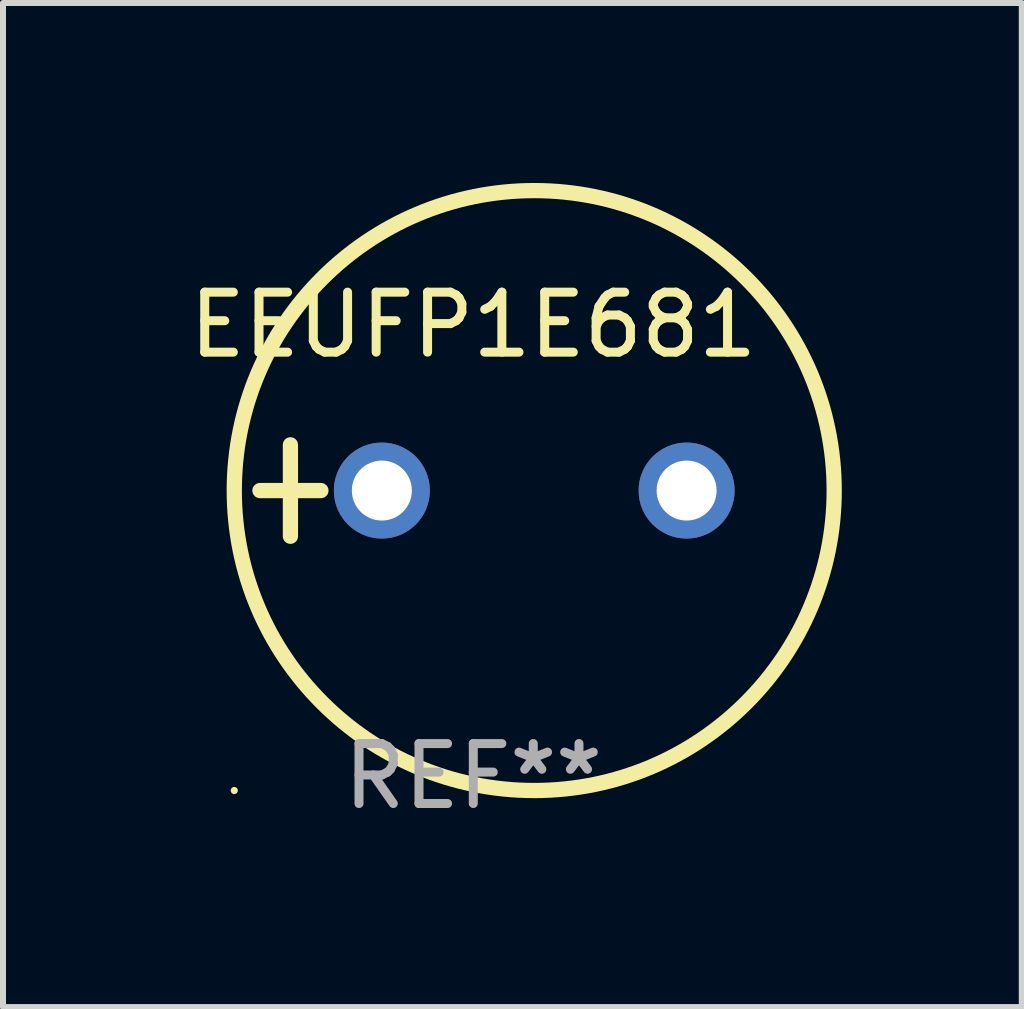
<source format=kicad_pcb>
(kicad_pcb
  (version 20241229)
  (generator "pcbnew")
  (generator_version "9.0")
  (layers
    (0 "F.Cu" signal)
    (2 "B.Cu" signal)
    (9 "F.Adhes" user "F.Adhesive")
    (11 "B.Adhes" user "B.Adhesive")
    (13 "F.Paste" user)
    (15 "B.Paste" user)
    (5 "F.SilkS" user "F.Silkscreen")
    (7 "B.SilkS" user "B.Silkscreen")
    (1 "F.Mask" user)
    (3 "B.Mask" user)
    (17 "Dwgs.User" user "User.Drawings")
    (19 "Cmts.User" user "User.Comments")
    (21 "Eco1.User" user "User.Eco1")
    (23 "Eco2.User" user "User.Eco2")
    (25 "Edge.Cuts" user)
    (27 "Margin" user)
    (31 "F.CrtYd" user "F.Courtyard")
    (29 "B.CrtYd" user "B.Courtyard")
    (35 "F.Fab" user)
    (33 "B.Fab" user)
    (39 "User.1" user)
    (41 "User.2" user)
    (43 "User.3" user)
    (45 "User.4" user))
  (footprint "EEUFP1E681"
    (layer "F.Cu")
    (at 4.839 5.127)
    (property "Reference" "EEUFP1E681" (at 0 -2.762 0) (layer "F.SilkS") (effects (font (size 1 1) (thickness 0.15))))
    (attr through_hole)
    (fp_line (start -3.556 0) (end -2.54 0) (stroke (width 0.254) (type solid)) (layer "F.SilkS"))
    (fp_line (start -3.048 -0.762) (end -3.048 0.762) (stroke (width 0.254) (type solid)) (layer "F.SilkS"))
    (fp_circle (center -3.984 5) (end -3.954 5) (stroke (width 0.06) (type solid)) (fill no) (layer "F.SilkS"))
    (fp_circle (center 1.016 0) (end 6.016 0) (stroke (width 0.254) (type solid)) (fill no) (layer "F.SilkS"))
    (fp_text user "REF**" (at 0 4.762 0) (layer "F.Fab") (effects (font (size 1 1) (thickness 0.15))))
    (pad "1" thru_hole circle (at -1.524 0) (size 1.6 1.6) (drill 1) (layers "*.Cu" "*.Mask"))
    (pad "2" thru_hole circle (at 3.556 0) (size 1.6 1.6) (drill 1) (layers "*.Cu" "*.Mask")))
  (gr_rect
    (start -3 -3)
    (end 13.982 13.737)
    (stroke (width 0.1) (type default))
    (fill no)
    (layer "Edge.Cuts")))
</source>
